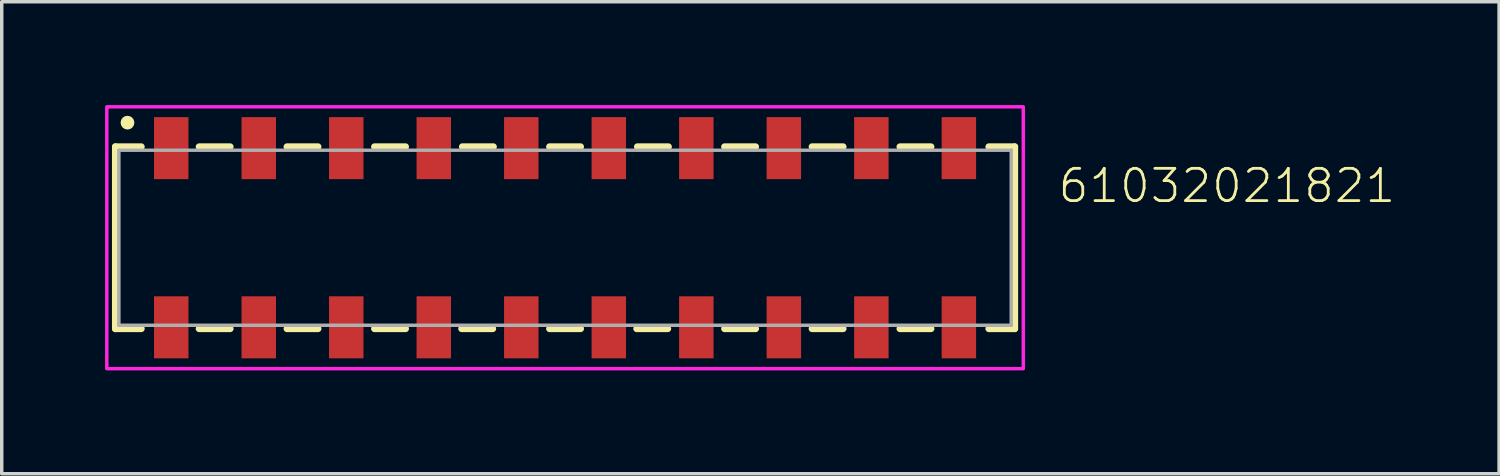
<source format=kicad_pcb>
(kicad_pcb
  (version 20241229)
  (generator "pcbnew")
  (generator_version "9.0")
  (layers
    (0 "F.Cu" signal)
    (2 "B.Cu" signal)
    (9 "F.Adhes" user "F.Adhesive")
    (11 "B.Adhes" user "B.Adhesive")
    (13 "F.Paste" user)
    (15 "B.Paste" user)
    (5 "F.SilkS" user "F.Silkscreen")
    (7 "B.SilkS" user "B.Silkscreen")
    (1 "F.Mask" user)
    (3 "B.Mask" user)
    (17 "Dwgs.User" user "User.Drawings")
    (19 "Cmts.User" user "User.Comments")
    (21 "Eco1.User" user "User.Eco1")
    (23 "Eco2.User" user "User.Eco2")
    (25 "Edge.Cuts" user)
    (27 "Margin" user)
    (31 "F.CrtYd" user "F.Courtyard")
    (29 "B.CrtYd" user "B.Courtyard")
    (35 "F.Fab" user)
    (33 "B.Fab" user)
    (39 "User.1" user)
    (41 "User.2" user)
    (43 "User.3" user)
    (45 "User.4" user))
  (footprint "61032021821"
    (layer "F.Cu")
    (at 13.35 3.85)
    (property "Reference" "61032021821" (at 14.26 -0.96 0) (unlocked yes) (layer "F.SilkS") (effects (font (size 0.935 0.935) (thickness 0.081)) (justify left bottom)))
    (fp_line (start -13.05 -2.64) (end -13.05 2.64) (stroke (width 0.2) (type solid)) (layer "F.SilkS"))
    (fp_line (start -12.3 -2.64) (end -13.05 -2.64) (stroke (width 0.2) (type solid)) (layer "F.SilkS"))
    (fp_line (start -12.3 2.64) (end -13.05 2.64) (stroke (width 0.2) (type solid)) (layer "F.SilkS"))
    (fp_line (start -10.62 -2.64) (end -9.72 -2.64) (stroke (width 0.2) (type solid)) (layer "F.SilkS"))
    (fp_line (start -10.62 2.64) (end -9.72 2.64) (stroke (width 0.2) (type solid)) (layer "F.SilkS"))
    (fp_line (start -8.07 -2.64) (end -7.17 -2.64) (stroke (width 0.2) (type solid)) (layer "F.SilkS"))
    (fp_line (start -8.07 2.64) (end -7.17 2.64) (stroke (width 0.2) (type solid)) (layer "F.SilkS"))
    (fp_line (start -5.53 -2.64) (end -4.63 -2.64) (stroke (width 0.2) (type solid)) (layer "F.SilkS"))
    (fp_line (start -5.53 2.64) (end -4.63 2.64) (stroke (width 0.2) (type solid)) (layer "F.SilkS"))
    (fp_line (start -3 2.64) (end -2.1 2.64) (stroke (width 0.2) (type solid)) (layer "F.SilkS"))
    (fp_line (start -2.98 -2.64) (end -2.08 -2.64) (stroke (width 0.2) (type solid)) (layer "F.SilkS"))
    (fp_line (start -0.45 -2.64) (end 0.45 -2.64) (stroke (width 0.2) (type solid)) (layer "F.SilkS"))
    (fp_line (start 0.45 2.64) (end -0.45 2.64) (stroke (width 0.2) (type solid)) (layer "F.SilkS"))
    (fp_line (start 2.98 2.64) (end 2.08 2.64) (stroke (width 0.2) (type solid)) (layer "F.SilkS"))
    (fp_line (start 3 -2.64) (end 2.1 -2.64) (stroke (width 0.2) (type solid)) (layer "F.SilkS"))
    (fp_line (start 5.53 -2.64) (end 4.63 -2.64) (stroke (width 0.2) (type solid)) (layer "F.SilkS"))
    (fp_line (start 5.53 2.64) (end 4.63 2.64) (stroke (width 0.2) (type solid)) (layer "F.SilkS"))
    (fp_line (start 8.07 -2.64) (end 7.17 -2.64) (stroke (width 0.2) (type solid)) (layer "F.SilkS"))
    (fp_line (start 8.07 2.64) (end 7.17 2.64) (stroke (width 0.2) (type solid)) (layer "F.SilkS"))
    (fp_line (start 10.62 -2.64) (end 9.72 -2.64) (stroke (width 0.2) (type solid)) (layer "F.SilkS"))
    (fp_line (start 10.62 2.64) (end 9.72 2.64) (stroke (width 0.2) (type solid)) (layer "F.SilkS"))
    (fp_line (start 12.3 -2.64) (end 13.05 -2.64) (stroke (width 0.2) (type solid)) (layer "F.SilkS"))
    (fp_line (start 12.3 2.64) (end 13.05 2.64) (stroke (width 0.2) (type solid)) (layer "F.SilkS"))
    (fp_line (start 13.05 2.64) (end 13.05 -2.64) (stroke (width 0.2) (type solid)) (layer "F.SilkS"))
    (fp_circle (center -12.7 -3.34) (end -12.6 -3.34) (stroke (width 0.2) (type solid)) (fill no) (layer "F.SilkS"))
    (fp_poly (pts (xy 13.3 3.8) (xy -13.3 3.8) (xy -13.3 -3.8) (xy 13.3 -3.8)) (stroke (width 0.1) (type default)) (fill no) (layer "F.CrtYd"))
    (fp_line (start -12.95 -2.54) (end -12.95 2.54) (stroke (width 0.1) (type solid)) (layer "F.Fab"))
    (fp_line (start -12.95 2.54) (end 12.95 2.54) (stroke (width 0.1) (type solid)) (layer "F.Fab"))
    (fp_line (start 12.95 -2.54) (end -12.95 -2.54) (stroke (width 0.1) (type solid)) (layer "F.Fab"))
    (fp_line (start 12.95 -2.54) (end 12.95 2.54) (stroke (width 0.1) (type solid)) (layer "F.Fab"))
    (pad "1" smd rect (at -11.43 -2.6) (size 1 1.8) (layers "F.Cu" "F.Mask" "F.Paste"))
    (pad "2" smd rect (at -11.43 2.6) (size 1 1.8) (layers "F.Cu" "F.Mask" "F.Paste"))
    (pad "3" smd rect (at -8.89 -2.6) (size 1 1.8) (layers "F.Cu" "F.Mask" "F.Paste"))
    (pad "4" smd rect (at -8.89 2.6) (size 1 1.8) (layers "F.Cu" "F.Mask" "F.Paste"))
    (pad "5" smd rect (at -6.35 -2.6) (size 1 1.8) (layers "F.Cu" "F.Mask" "F.Paste"))
    (pad "6" smd rect (at -6.35 2.6) (size 1 1.8) (layers "F.Cu" "F.Mask" "F.Paste"))
    (pad "7" smd rect (at -3.81 -2.6) (size 1 1.8) (layers "F.Cu" "F.Mask" "F.Paste"))
    (pad "8" smd rect (at -3.81 2.6) (size 1 1.8) (layers "F.Cu" "F.Mask" "F.Paste"))
    (pad "9" smd rect (at -1.27 -2.6) (size 1 1.8) (layers "F.Cu" "F.Mask" "F.Paste"))
    (pad "10" smd rect (at -1.27 2.6) (size 1 1.8) (layers "F.Cu" "F.Mask" "F.Paste"))
    (pad "11" smd rect (at 1.27 -2.6) (size 1 1.8) (layers "F.Cu" "F.Mask" "F.Paste"))
    (pad "12" smd rect (at 1.27 2.6) (size 1 1.8) (layers "F.Cu" "F.Mask" "F.Paste"))
    (pad "13" smd rect (at 3.81 -2.6) (size 1 1.8) (layers "F.Cu" "F.Mask" "F.Paste"))
    (pad "14" smd rect (at 3.81 2.6) (size 1 1.8) (layers "F.Cu" "F.Mask" "F.Paste"))
    (pad "15" smd rect (at 6.35 -2.6) (size 1 1.8) (layers "F.Cu" "F.Mask" "F.Paste"))
    (pad "16" smd rect (at 6.35 2.6) (size 1 1.8) (layers "F.Cu" "F.Mask" "F.Paste"))
    (pad "17" smd rect (at 8.89 -2.6) (size 1 1.8) (layers "F.Cu" "F.Mask" "F.Paste"))
    (pad "18" smd rect (at 8.89 2.6) (size 1 1.8) (layers "F.Cu" "F.Mask" "F.Paste"))
    (pad "19" smd rect (at 11.43 -2.6) (size 1 1.8) (layers "F.Cu" "F.Mask" "F.Paste"))
    (pad "20" smd rect (at 11.43 2.6) (size 1 1.8) (layers "F.Cu" "F.Mask" "F.Paste")))
  (gr_rect
    (start -3 -3)
    (end 40.459 10.7)
    (stroke (width 0.1) (type default))
    (fill no)
    (layer "Edge.Cuts")))
</source>
